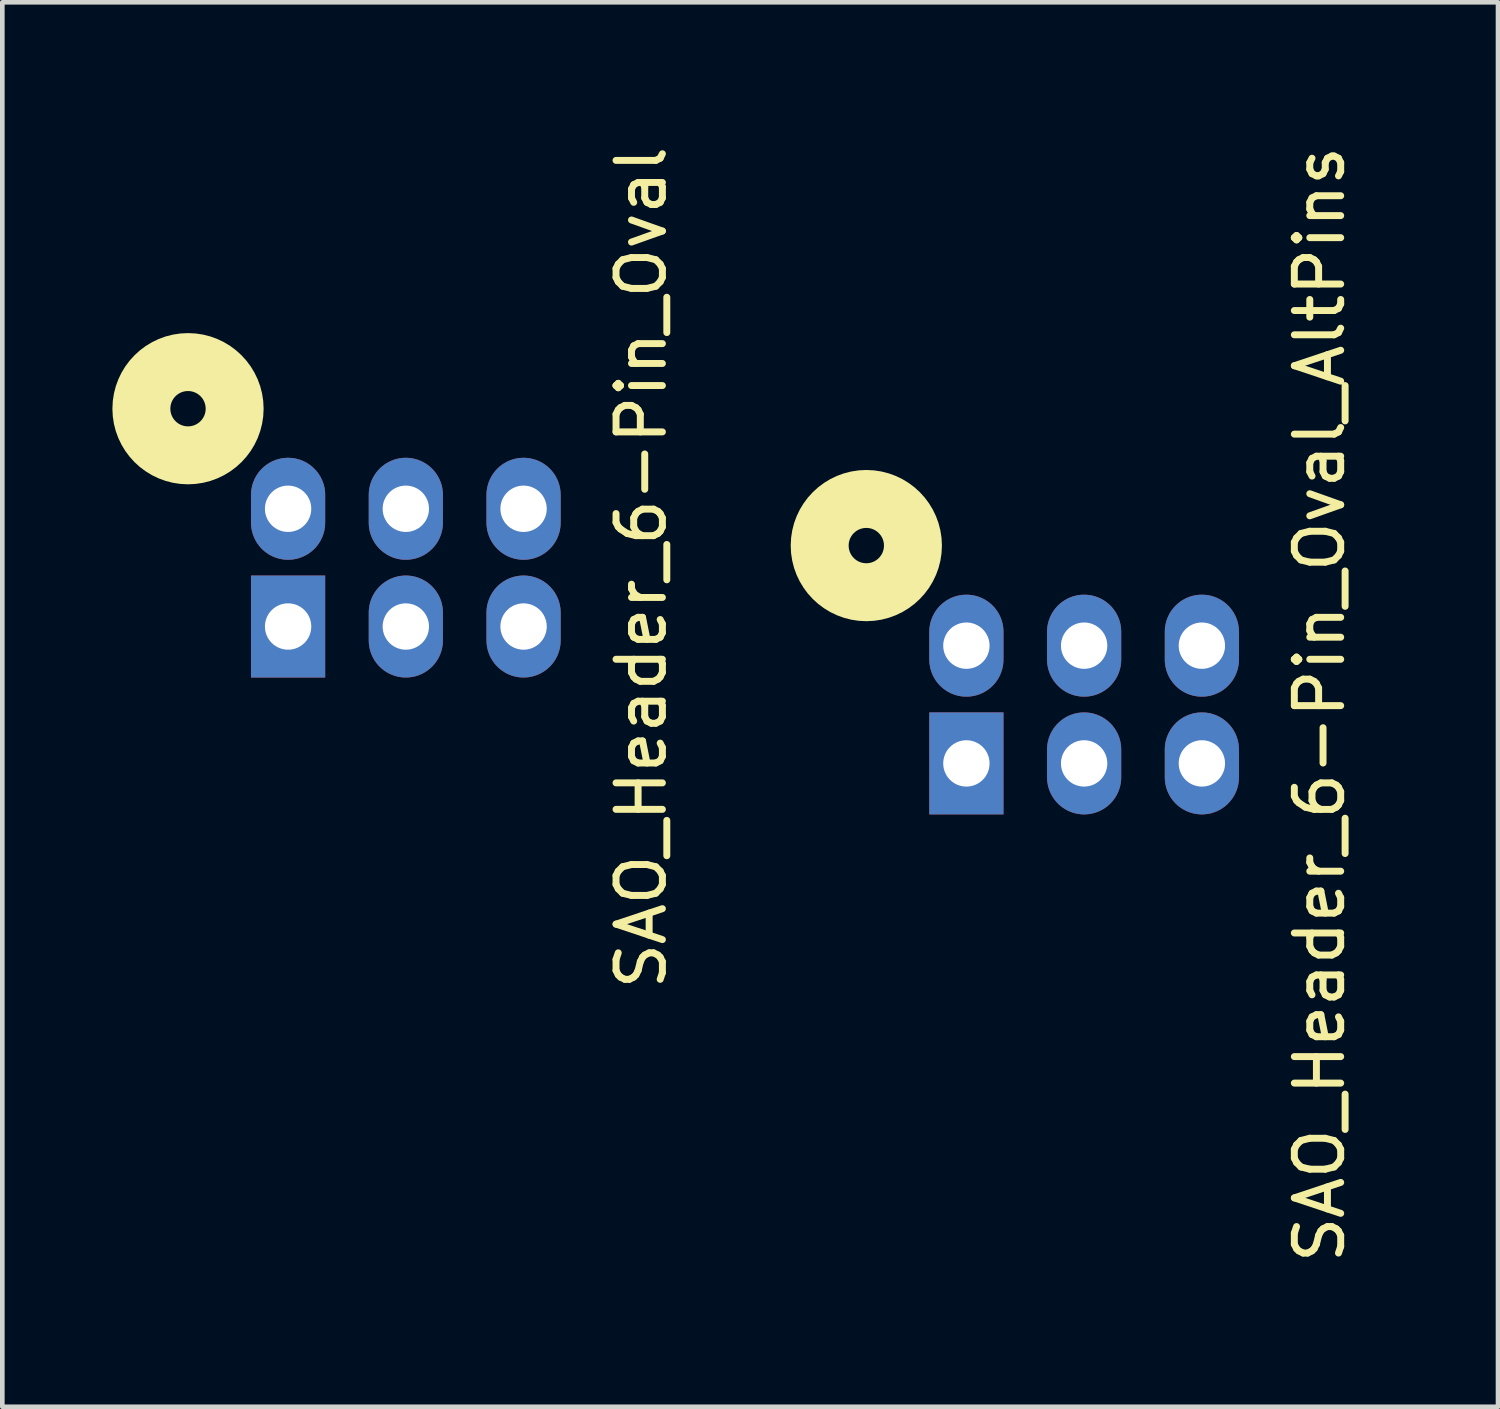
<source format=kicad_pcb>
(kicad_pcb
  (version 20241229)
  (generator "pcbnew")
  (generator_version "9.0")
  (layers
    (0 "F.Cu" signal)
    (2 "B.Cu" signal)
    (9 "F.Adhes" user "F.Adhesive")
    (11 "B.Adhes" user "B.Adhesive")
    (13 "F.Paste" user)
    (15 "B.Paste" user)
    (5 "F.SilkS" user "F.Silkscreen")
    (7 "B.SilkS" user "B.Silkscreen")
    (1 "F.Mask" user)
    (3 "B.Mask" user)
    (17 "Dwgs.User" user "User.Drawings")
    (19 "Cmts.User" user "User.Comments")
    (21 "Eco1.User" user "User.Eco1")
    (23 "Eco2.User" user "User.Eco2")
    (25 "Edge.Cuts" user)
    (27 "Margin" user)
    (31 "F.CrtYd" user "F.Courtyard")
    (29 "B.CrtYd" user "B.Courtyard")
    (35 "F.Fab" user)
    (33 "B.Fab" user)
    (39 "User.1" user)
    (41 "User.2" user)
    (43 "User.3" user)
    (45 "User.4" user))
  (footprint "SAO_Header_6-Pin_Oval"
    (layer "F.Cu")
    (at 5.705 9.196)
    (property "Reference" "SAO_Header_6-Pin_Oval" (at 5.08 0 90) (layer "F.SilkS") (effects (font (size 1 1) (thickness 0.15))))
    (attr through_hole)
    (fp_circle (center -4.699 -3.429) (end -4.318 -3.429) (stroke (width 1.25) (type solid)) (fill no) (layer "F.SilkS"))
    (pad "1" thru_hole oval (at -2.54 -1.27 90) (size 2.2 1.6) (drill 1) (layers "*.Cu" "*.Mask"))
    (pad "2" thru_hole oval (at 0 -1.27 90) (size 2.2 1.6) (drill 1) (layers "*.Cu" "*.Mask"))
    (pad "3" thru_hole oval (at 2.54 -1.27 90) (size 2.2 1.6) (drill 1) (layers "*.Cu" "*.Mask"))
    (pad "4" thru_hole oval (at 2.54 1.27 90) (size 2.2 1.6) (drill 1) (layers "*.Cu" "*.Mask"))
    (pad "5" thru_hole oval (at 0 1.27 90) (size 2.2 1.6) (drill 1) (layers "*.Cu" "*.Mask"))
    (pad "6" thru_hole rect (at -2.54 1.27 90) (size 2.2 1.6) (drill 1) (layers "*.Cu" "*.Mask")))
  (footprint "SAO_Header_6-Pin_Oval_AltPins"
    (layer "F.Cu")
    (at 20.338 12.149)
    (property "Reference" "SAO_Header_6-Pin_Oval_AltPins" (at 5.08 0 90) (layer "F.SilkS") (effects (font (size 1 1) (thickness 0.15))))
    (attr through_hole)
    (fp_circle (center -4.699 -3.429) (end -4.318 -3.429) (stroke (width 1.25) (type solid)) (fill no) (layer "F.SilkS"))
    (pad "1" thru_hole oval (at -2.54 -1.27 90) (size 2.2 1.6) (drill 1) (layers "*.Cu" "*.Mask"))
    (pad "2" thru_hole rect (at -2.54 1.27 90) (size 2.2 1.6) (drill 1) (layers "*.Cu" "*.Mask"))
    (pad "3" thru_hole oval (at 0 -1.27 90) (size 2.2 1.6) (drill 1) (layers "*.Cu" "*.Mask"))
    (pad "4" thru_hole oval (at 0 1.27 90) (size 2.2 1.6) (drill 1) (layers "*.Cu" "*.Mask"))
    (pad "5" thru_hole oval (at 2.54 -1.27 90) (size 2.2 1.6) (drill 1) (layers "*.Cu" "*.Mask"))
    (pad "6" thru_hole oval (at 2.54 1.27 90) (size 2.2 1.6) (drill 1) (layers "*.Cu" "*.Mask")))
  (gr_rect
    (start -3 -3)
    (end 29.267 27.298)
    (stroke (width 0.1) (type default))
    (fill no)
    (layer "Edge.Cuts")))
</source>
